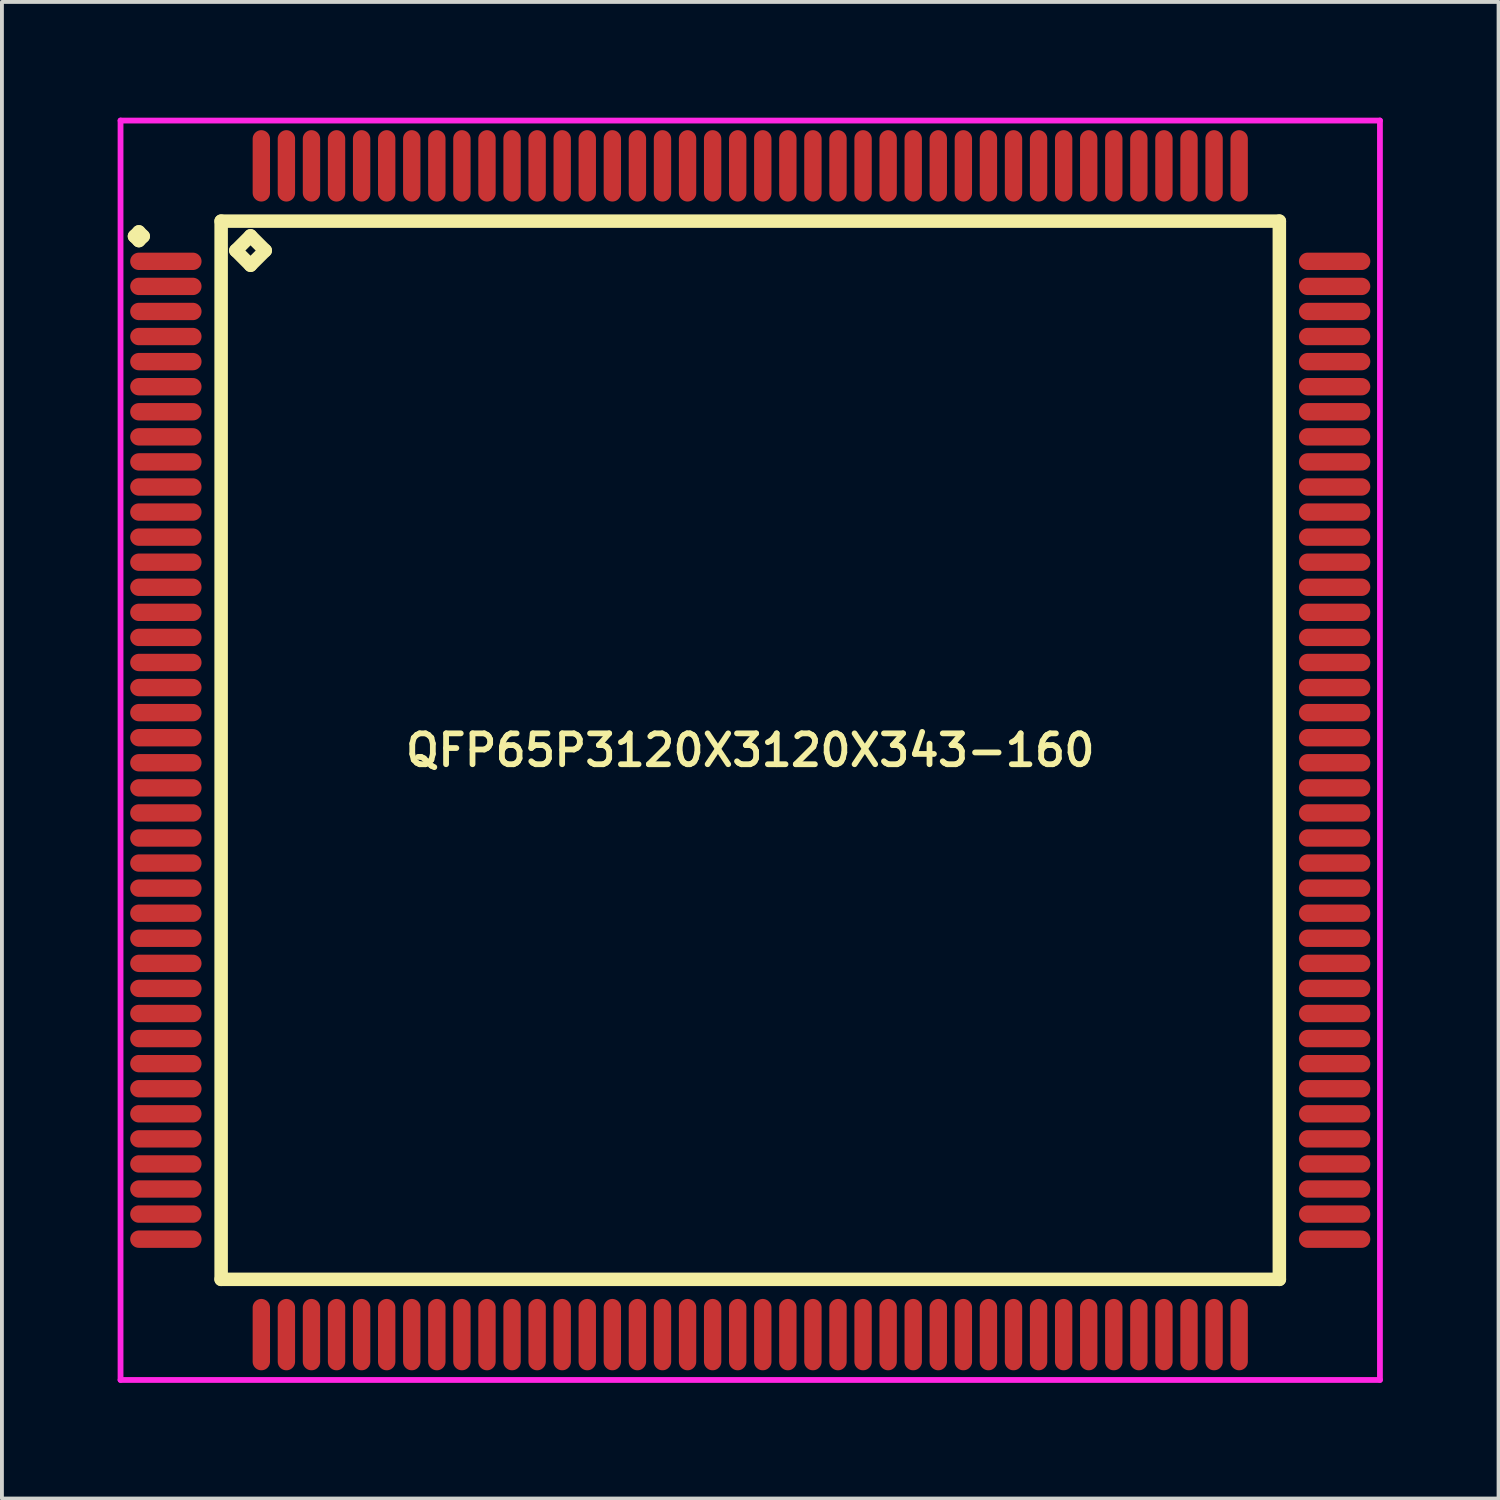
<source format=kicad_pcb>
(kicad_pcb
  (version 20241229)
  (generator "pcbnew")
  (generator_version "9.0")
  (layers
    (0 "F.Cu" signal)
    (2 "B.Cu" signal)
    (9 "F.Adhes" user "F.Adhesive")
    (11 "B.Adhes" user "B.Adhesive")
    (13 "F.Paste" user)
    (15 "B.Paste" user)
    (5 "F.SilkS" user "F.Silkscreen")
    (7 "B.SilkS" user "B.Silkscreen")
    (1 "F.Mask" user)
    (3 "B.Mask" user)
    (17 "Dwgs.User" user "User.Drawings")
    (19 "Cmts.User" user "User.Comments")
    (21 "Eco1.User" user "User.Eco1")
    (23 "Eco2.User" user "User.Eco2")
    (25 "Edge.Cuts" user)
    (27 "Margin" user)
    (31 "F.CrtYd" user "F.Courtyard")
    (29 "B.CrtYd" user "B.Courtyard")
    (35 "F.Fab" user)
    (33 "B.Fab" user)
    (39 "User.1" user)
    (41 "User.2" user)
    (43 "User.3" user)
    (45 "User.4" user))
  (footprint "QFP65P3120X3120X343-160"
    (layer "F.Cu")
    (at 16.4 16.4)
    (property "Reference" "QFP65P3120X3120X343-160" (at 0 0 0) (layer "F.SilkS") (effects (font (size 0.8 0.8) (thickness 0.15))))
    (attr smd)
    (fp_line (start -15.963 -13.325) (end -15.85 -13.438) (stroke (width 0.35) (type solid)) (layer "F.SilkS"))
    (fp_line (start -15.85 -13.438) (end -15.738 -13.325) (stroke (width 0.35) (type solid)) (layer "F.SilkS"))
    (fp_line (start -15.85 -13.213) (end -15.963 -13.325) (stroke (width 0.35) (type solid)) (layer "F.SilkS"))
    (fp_line (start -15.738 -13.325) (end -15.85 -13.213) (stroke (width 0.35) (type solid)) (layer "F.SilkS"))
    (fp_line (start -13.717 -13.717) (end -13.717 13.717) (stroke (width 0.35) (type solid)) (layer "F.SilkS"))
    (fp_line (start -13.717 13.717) (end 13.717 13.717) (stroke (width 0.35) (type solid)) (layer "F.SilkS"))
    (fp_line (start -13.336 -12.955) (end -12.955 -13.336) (stroke (width 0.35) (type solid)) (layer "F.SilkS"))
    (fp_line (start -12.955 -13.336) (end -12.574 -12.955) (stroke (width 0.35) (type solid)) (layer "F.SilkS"))
    (fp_line (start -12.955 -12.574) (end -13.336 -12.955) (stroke (width 0.35) (type solid)) (layer "F.SilkS"))
    (fp_line (start -12.574 -12.955) (end -12.955 -12.574) (stroke (width 0.35) (type solid)) (layer "F.SilkS"))
    (fp_line (start 13.717 -13.717) (end -13.717 -13.717) (stroke (width 0.35) (type solid)) (layer "F.SilkS"))
    (fp_line (start 13.717 13.717) (end 13.717 -13.717) (stroke (width 0.35) (type solid)) (layer "F.SilkS"))
    (fp_line (start -16.325 -16.325) (end 16.325 -16.325) (stroke (width 0.15) (type solid)) (layer "F.CrtYd"))
    (fp_line (start -16.325 16.325) (end -16.325 -16.325) (stroke (width 0.15) (type solid)) (layer "F.CrtYd"))
    (fp_line (start 16.325 -16.325) (end 16.325 16.325) (stroke (width 0.15) (type solid)) (layer "F.CrtYd"))
    (fp_line (start 16.325 16.325) (end -16.325 16.325) (stroke (width 0.15) (type solid)) (layer "F.CrtYd"))
    (pad "1" smd oval (at -15.15 -12.675) (size 1.85 0.45) (layers "F.Cu" "F.Mask" "F.Paste"))
    (pad "2" smd oval (at -15.15 -12.025) (size 1.85 0.45) (layers "F.Cu" "F.Mask" "F.Paste"))
    (pad "3" smd oval (at -15.15 -11.375) (size 1.85 0.45) (layers "F.Cu" "F.Mask" "F.Paste"))
    (pad "4" smd oval (at -15.15 -10.725) (size 1.85 0.45) (layers "F.Cu" "F.Mask" "F.Paste"))
    (pad "5" smd oval (at -15.15 -10.075) (size 1.85 0.45) (layers "F.Cu" "F.Mask" "F.Paste"))
    (pad "6" smd oval (at -15.15 -9.425) (size 1.85 0.45) (layers "F.Cu" "F.Mask" "F.Paste"))
    (pad "7" smd oval (at -15.15 -8.775) (size 1.85 0.45) (layers "F.Cu" "F.Mask" "F.Paste"))
    (pad "8" smd oval (at -15.15 -8.125) (size 1.85 0.45) (layers "F.Cu" "F.Mask" "F.Paste"))
    (pad "9" smd oval (at -15.15 -7.475) (size 1.85 0.45) (layers "F.Cu" "F.Mask" "F.Paste"))
    (pad "10" smd oval (at -15.15 -6.825) (size 1.85 0.45) (layers "F.Cu" "F.Mask" "F.Paste"))
    (pad "11" smd oval (at -15.15 -6.175) (size 1.85 0.45) (layers "F.Cu" "F.Mask" "F.Paste"))
    (pad "12" smd oval (at -15.15 -5.525) (size 1.85 0.45) (layers "F.Cu" "F.Mask" "F.Paste"))
    (pad "13" smd oval (at -15.15 -4.875) (size 1.85 0.45) (layers "F.Cu" "F.Mask" "F.Paste"))
    (pad "14" smd oval (at -15.15 -4.225) (size 1.85 0.45) (layers "F.Cu" "F.Mask" "F.Paste"))
    (pad "15" smd oval (at -15.15 -3.575) (size 1.85 0.45) (layers "F.Cu" "F.Mask" "F.Paste"))
    (pad "16" smd oval (at -15.15 -2.925) (size 1.85 0.45) (layers "F.Cu" "F.Mask" "F.Paste"))
    (pad "17" smd oval (at -15.15 -2.275) (size 1.85 0.45) (layers "F.Cu" "F.Mask" "F.Paste"))
    (pad "18" smd oval (at -15.15 -1.625) (size 1.85 0.45) (layers "F.Cu" "F.Mask" "F.Paste"))
    (pad "19" smd oval (at -15.15 -0.975) (size 1.85 0.45) (layers "F.Cu" "F.Mask" "F.Paste"))
    (pad "20" smd oval (at -15.15 -0.325) (size 1.85 0.45) (layers "F.Cu" "F.Mask" "F.Paste"))
    (pad "21" smd oval (at -15.15 0.325) (size 1.85 0.45) (layers "F.Cu" "F.Mask" "F.Paste"))
    (pad "22" smd oval (at -15.15 0.975) (size 1.85 0.45) (layers "F.Cu" "F.Mask" "F.Paste"))
    (pad "23" smd oval (at -15.15 1.625) (size 1.85 0.45) (layers "F.Cu" "F.Mask" "F.Paste"))
    (pad "24" smd oval (at -15.15 2.275) (size 1.85 0.45) (layers "F.Cu" "F.Mask" "F.Paste"))
    (pad "25" smd oval (at -15.15 2.925) (size 1.85 0.45) (layers "F.Cu" "F.Mask" "F.Paste"))
    (pad "26" smd oval (at -15.15 3.575) (size 1.85 0.45) (layers "F.Cu" "F.Mask" "F.Paste"))
    (pad "27" smd oval (at -15.15 4.225) (size 1.85 0.45) (layers "F.Cu" "F.Mask" "F.Paste"))
    (pad "28" smd oval (at -15.15 4.875) (size 1.85 0.45) (layers "F.Cu" "F.Mask" "F.Paste"))
    (pad "29" smd oval (at -15.15 5.525) (size 1.85 0.45) (layers "F.Cu" "F.Mask" "F.Paste"))
    (pad "30" smd oval (at -15.15 6.175) (size 1.85 0.45) (layers "F.Cu" "F.Mask" "F.Paste"))
    (pad "31" smd oval (at -15.15 6.825) (size 1.85 0.45) (layers "F.Cu" "F.Mask" "F.Paste"))
    (pad "32" smd oval (at -15.15 7.475) (size 1.85 0.45) (layers "F.Cu" "F.Mask" "F.Paste"))
    (pad "33" smd oval (at -15.15 8.125) (size 1.85 0.45) (layers "F.Cu" "F.Mask" "F.Paste"))
    (pad "34" smd oval (at -15.15 8.775) (size 1.85 0.45) (layers "F.Cu" "F.Mask" "F.Paste"))
    (pad "35" smd oval (at -15.15 9.425) (size 1.85 0.45) (layers "F.Cu" "F.Mask" "F.Paste"))
    (pad "36" smd oval (at -15.15 10.075) (size 1.85 0.45) (layers "F.Cu" "F.Mask" "F.Paste"))
    (pad "37" smd oval (at -15.15 10.725) (size 1.85 0.45) (layers "F.Cu" "F.Mask" "F.Paste"))
    (pad "38" smd oval (at -15.15 11.375) (size 1.85 0.45) (layers "F.Cu" "F.Mask" "F.Paste"))
    (pad "39" smd oval (at -15.15 12.025) (size 1.85 0.45) (layers "F.Cu" "F.Mask" "F.Paste"))
    (pad "40" smd oval (at -15.15 12.675) (size 1.85 0.45) (layers "F.Cu" "F.Mask" "F.Paste"))
    (pad "41" smd oval (at -12.675 15.15) (size 0.45 1.85) (layers "F.Cu" "F.Mask" "F.Paste"))
    (pad "42" smd oval (at -12.025 15.15) (size 0.45 1.85) (layers "F.Cu" "F.Mask" "F.Paste"))
    (pad "43" smd oval (at -11.375 15.15) (size 0.45 1.85) (layers "F.Cu" "F.Mask" "F.Paste"))
    (pad "44" smd oval (at -10.725 15.15) (size 0.45 1.85) (layers "F.Cu" "F.Mask" "F.Paste"))
    (pad "45" smd oval (at -10.075 15.15) (size 0.45 1.85) (layers "F.Cu" "F.Mask" "F.Paste"))
    (pad "46" smd oval (at -9.425 15.15) (size 0.45 1.85) (layers "F.Cu" "F.Mask" "F.Paste"))
    (pad "47" smd oval (at -8.775 15.15) (size 0.45 1.85) (layers "F.Cu" "F.Mask" "F.Paste"))
    (pad "48" smd oval (at -8.125 15.15) (size 0.45 1.85) (layers "F.Cu" "F.Mask" "F.Paste"))
    (pad "49" smd oval (at -7.475 15.15) (size 0.45 1.85) (layers "F.Cu" "F.Mask" "F.Paste"))
    (pad "50" smd oval (at -6.825 15.15) (size 0.45 1.85) (layers "F.Cu" "F.Mask" "F.Paste"))
    (pad "51" smd oval (at -6.175 15.15) (size 0.45 1.85) (layers "F.Cu" "F.Mask" "F.Paste"))
    (pad "52" smd oval (at -5.525 15.15) (size 0.45 1.85) (layers "F.Cu" "F.Mask" "F.Paste"))
    (pad "53" smd oval (at -4.875 15.15) (size 0.45 1.85) (layers "F.Cu" "F.Mask" "F.Paste"))
    (pad "54" smd oval (at -4.225 15.15) (size 0.45 1.85) (layers "F.Cu" "F.Mask" "F.Paste"))
    (pad "55" smd oval (at -3.575 15.15) (size 0.45 1.85) (layers "F.Cu" "F.Mask" "F.Paste"))
    (pad "56" smd oval (at -2.925 15.15) (size 0.45 1.85) (layers "F.Cu" "F.Mask" "F.Paste"))
    (pad "57" smd oval (at -2.275 15.15) (size 0.45 1.85) (layers "F.Cu" "F.Mask" "F.Paste"))
    (pad "58" smd oval (at -1.625 15.15) (size 0.45 1.85) (layers "F.Cu" "F.Mask" "F.Paste"))
    (pad "59" smd oval (at -0.975 15.15) (size 0.45 1.85) (layers "F.Cu" "F.Mask" "F.Paste"))
    (pad "60" smd oval (at -0.325 15.15) (size 0.45 1.85) (layers "F.Cu" "F.Mask" "F.Paste"))
    (pad "61" smd oval (at 0.325 15.15) (size 0.45 1.85) (layers "F.Cu" "F.Mask" "F.Paste"))
    (pad "62" smd oval (at 0.975 15.15) (size 0.45 1.85) (layers "F.Cu" "F.Mask" "F.Paste"))
    (pad "63" smd oval (at 1.625 15.15) (size 0.45 1.85) (layers "F.Cu" "F.Mask" "F.Paste"))
    (pad "64" smd oval (at 2.275 15.15) (size 0.45 1.85) (layers "F.Cu" "F.Mask" "F.Paste"))
    (pad "65" smd oval (at 2.925 15.15) (size 0.45 1.85) (layers "F.Cu" "F.Mask" "F.Paste"))
    (pad "66" smd oval (at 3.575 15.15) (size 0.45 1.85) (layers "F.Cu" "F.Mask" "F.Paste"))
    (pad "67" smd oval (at 4.225 15.15) (size 0.45 1.85) (layers "F.Cu" "F.Mask" "F.Paste"))
    (pad "68" smd oval (at 4.875 15.15) (size 0.45 1.85) (layers "F.Cu" "F.Mask" "F.Paste"))
    (pad "69" smd oval (at 5.525 15.15) (size 0.45 1.85) (layers "F.Cu" "F.Mask" "F.Paste"))
    (pad "70" smd oval (at 6.175 15.15) (size 0.45 1.85) (layers "F.Cu" "F.Mask" "F.Paste"))
    (pad "71" smd oval (at 6.825 15.15) (size 0.45 1.85) (layers "F.Cu" "F.Mask" "F.Paste"))
    (pad "72" smd oval (at 7.475 15.15) (size 0.45 1.85) (layers "F.Cu" "F.Mask" "F.Paste"))
    (pad "73" smd oval (at 8.125 15.15) (size 0.45 1.85) (layers "F.Cu" "F.Mask" "F.Paste"))
    (pad "74" smd oval (at 8.775 15.15) (size 0.45 1.85) (layers "F.Cu" "F.Mask" "F.Paste"))
    (pad "75" smd oval (at 9.425 15.15) (size 0.45 1.85) (layers "F.Cu" "F.Mask" "F.Paste"))
    (pad "76" smd oval (at 10.075 15.15) (size 0.45 1.85) (layers "F.Cu" "F.Mask" "F.Paste"))
    (pad "77" smd oval (at 10.725 15.15) (size 0.45 1.85) (layers "F.Cu" "F.Mask" "F.Paste"))
    (pad "78" smd oval (at 11.375 15.15) (size 0.45 1.85) (layers "F.Cu" "F.Mask" "F.Paste"))
    (pad "79" smd oval (at 12.025 15.15) (size 0.45 1.85) (layers "F.Cu" "F.Mask" "F.Paste"))
    (pad "80" smd oval (at 12.675 15.15) (size 0.45 1.85) (layers "F.Cu" "F.Mask" "F.Paste"))
    (pad "81" smd oval (at 15.15 12.675) (size 1.85 0.45) (layers "F.Cu" "F.Mask" "F.Paste"))
    (pad "82" smd oval (at 15.15 12.025) (size 1.85 0.45) (layers "F.Cu" "F.Mask" "F.Paste"))
    (pad "83" smd oval (at 15.15 11.375) (size 1.85 0.45) (layers "F.Cu" "F.Mask" "F.Paste"))
    (pad "84" smd oval (at 15.15 10.725) (size 1.85 0.45) (layers "F.Cu" "F.Mask" "F.Paste"))
    (pad "85" smd oval (at 15.15 10.075) (size 1.85 0.45) (layers "F.Cu" "F.Mask" "F.Paste"))
    (pad "86" smd oval (at 15.15 9.425) (size 1.85 0.45) (layers "F.Cu" "F.Mask" "F.Paste"))
    (pad "87" smd oval (at 15.15 8.775) (size 1.85 0.45) (layers "F.Cu" "F.Mask" "F.Paste"))
    (pad "88" smd oval (at 15.15 8.125) (size 1.85 0.45) (layers "F.Cu" "F.Mask" "F.Paste"))
    (pad "89" smd oval (at 15.15 7.475) (size 1.85 0.45) (layers "F.Cu" "F.Mask" "F.Paste"))
    (pad "90" smd oval (at 15.15 6.825) (size 1.85 0.45) (layers "F.Cu" "F.Mask" "F.Paste"))
    (pad "91" smd oval (at 15.15 6.175) (size 1.85 0.45) (layers "F.Cu" "F.Mask" "F.Paste"))
    (pad "92" smd oval (at 15.15 5.525) (size 1.85 0.45) (layers "F.Cu" "F.Mask" "F.Paste"))
    (pad "93" smd oval (at 15.15 4.875) (size 1.85 0.45) (layers "F.Cu" "F.Mask" "F.Paste"))
    (pad "94" smd oval (at 15.15 4.225) (size 1.85 0.45) (layers "F.Cu" "F.Mask" "F.Paste"))
    (pad "95" smd oval (at 15.15 3.575) (size 1.85 0.45) (layers "F.Cu" "F.Mask" "F.Paste"))
    (pad "96" smd oval (at 15.15 2.925) (size 1.85 0.45) (layers "F.Cu" "F.Mask" "F.Paste"))
    (pad "97" smd oval (at 15.15 2.275) (size 1.85 0.45) (layers "F.Cu" "F.Mask" "F.Paste"))
    (pad "98" smd oval (at 15.15 1.625) (size 1.85 0.45) (layers "F.Cu" "F.Mask" "F.Paste"))
    (pad "99" smd oval (at 15.15 0.975) (size 1.85 0.45) (layers "F.Cu" "F.Mask" "F.Paste"))
    (pad "100" smd oval (at 15.15 0.325) (size 1.85 0.45) (layers "F.Cu" "F.Mask" "F.Paste"))
    (pad "101" smd oval (at 15.15 -0.325) (size 1.85 0.45) (layers "F.Cu" "F.Mask" "F.Paste"))
    (pad "102" smd oval (at 15.15 -0.975) (size 1.85 0.45) (layers "F.Cu" "F.Mask" "F.Paste"))
    (pad "103" smd oval (at 15.15 -1.625) (size 1.85 0.45) (layers "F.Cu" "F.Mask" "F.Paste"))
    (pad "104" smd oval (at 15.15 -2.275) (size 1.85 0.45) (layers "F.Cu" "F.Mask" "F.Paste"))
    (pad "105" smd oval (at 15.15 -2.925) (size 1.85 0.45) (layers "F.Cu" "F.Mask" "F.Paste"))
    (pad "106" smd oval (at 15.15 -3.575) (size 1.85 0.45) (layers "F.Cu" "F.Mask" "F.Paste"))
    (pad "107" smd oval (at 15.15 -4.225) (size 1.85 0.45) (layers "F.Cu" "F.Mask" "F.Paste"))
    (pad "108" smd oval (at 15.15 -4.875) (size 1.85 0.45) (layers "F.Cu" "F.Mask" "F.Paste"))
    (pad "109" smd oval (at 15.15 -5.525) (size 1.85 0.45) (layers "F.Cu" "F.Mask" "F.Paste"))
    (pad "110" smd oval (at 15.15 -6.175) (size 1.85 0.45) (layers "F.Cu" "F.Mask" "F.Paste"))
    (pad "111" smd oval (at 15.15 -6.825) (size 1.85 0.45) (layers "F.Cu" "F.Mask" "F.Paste"))
    (pad "112" smd oval (at 15.15 -7.475) (size 1.85 0.45) (layers "F.Cu" "F.Mask" "F.Paste"))
    (pad "113" smd oval (at 15.15 -8.125) (size 1.85 0.45) (layers "F.Cu" "F.Mask" "F.Paste"))
    (pad "114" smd oval (at 15.15 -8.775) (size 1.85 0.45) (layers "F.Cu" "F.Mask" "F.Paste"))
    (pad "115" smd oval (at 15.15 -9.425) (size 1.85 0.45) (layers "F.Cu" "F.Mask" "F.Paste"))
    (pad "116" smd oval (at 15.15 -10.075) (size 1.85 0.45) (layers "F.Cu" "F.Mask" "F.Paste"))
    (pad "117" smd oval (at 15.15 -10.725) (size 1.85 0.45) (layers "F.Cu" "F.Mask" "F.Paste"))
    (pad "118" smd oval (at 15.15 -11.375) (size 1.85 0.45) (layers "F.Cu" "F.Mask" "F.Paste"))
    (pad "119" smd oval (at 15.15 -12.025) (size 1.85 0.45) (layers "F.Cu" "F.Mask" "F.Paste"))
    (pad "120" smd oval (at 15.15 -12.675) (size 1.85 0.45) (layers "F.Cu" "F.Mask" "F.Paste"))
    (pad "121" smd oval (at 12.675 -15.15) (size 0.45 1.85) (layers "F.Cu" "F.Mask" "F.Paste"))
    (pad "122" smd oval (at 12.025 -15.15) (size 0.45 1.85) (layers "F.Cu" "F.Mask" "F.Paste"))
    (pad "123" smd oval (at 11.375 -15.15) (size 0.45 1.85) (layers "F.Cu" "F.Mask" "F.Paste"))
    (pad "124" smd oval (at 10.725 -15.15) (size 0.45 1.85) (layers "F.Cu" "F.Mask" "F.Paste"))
    (pad "125" smd oval (at 10.075 -15.15) (size 0.45 1.85) (layers "F.Cu" "F.Mask" "F.Paste"))
    (pad "126" smd oval (at 9.425 -15.15) (size 0.45 1.85) (layers "F.Cu" "F.Mask" "F.Paste"))
    (pad "127" smd oval (at 8.775 -15.15) (size 0.45 1.85) (layers "F.Cu" "F.Mask" "F.Paste"))
    (pad "128" smd oval (at 8.125 -15.15) (size 0.45 1.85) (layers "F.Cu" "F.Mask" "F.Paste"))
    (pad "129" smd oval (at 7.475 -15.15) (size 0.45 1.85) (layers "F.Cu" "F.Mask" "F.Paste"))
    (pad "130" smd oval (at 6.825 -15.15) (size 0.45 1.85) (layers "F.Cu" "F.Mask" "F.Paste"))
    (pad "131" smd oval (at 6.175 -15.15) (size 0.45 1.85) (layers "F.Cu" "F.Mask" "F.Paste"))
    (pad "132" smd oval (at 5.525 -15.15) (size 0.45 1.85) (layers "F.Cu" "F.Mask" "F.Paste"))
    (pad "133" smd oval (at 4.875 -15.15) (size 0.45 1.85) (layers "F.Cu" "F.Mask" "F.Paste"))
    (pad "134" smd oval (at 4.225 -15.15) (size 0.45 1.85) (layers "F.Cu" "F.Mask" "F.Paste"))
    (pad "135" smd oval (at 3.575 -15.15) (size 0.45 1.85) (layers "F.Cu" "F.Mask" "F.Paste"))
    (pad "136" smd oval (at 2.925 -15.15) (size 0.45 1.85) (layers "F.Cu" "F.Mask" "F.Paste"))
    (pad "137" smd oval (at 2.275 -15.15) (size 0.45 1.85) (layers "F.Cu" "F.Mask" "F.Paste"))
    (pad "138" smd oval (at 1.625 -15.15) (size 0.45 1.85) (layers "F.Cu" "F.Mask" "F.Paste"))
    (pad "139" smd oval (at 0.975 -15.15) (size 0.45 1.85) (layers "F.Cu" "F.Mask" "F.Paste"))
    (pad "140" smd oval (at 0.325 -15.15) (size 0.45 1.85) (layers "F.Cu" "F.Mask" "F.Paste"))
    (pad "141" smd oval (at -0.325 -15.15) (size 0.45 1.85) (layers "F.Cu" "F.Mask" "F.Paste"))
    (pad "142" smd oval (at -0.975 -15.15) (size 0.45 1.85) (layers "F.Cu" "F.Mask" "F.Paste"))
    (pad "143" smd oval (at -1.625 -15.15) (size 0.45 1.85) (layers "F.Cu" "F.Mask" "F.Paste"))
    (pad "144" smd oval (at -2.275 -15.15) (size 0.45 1.85) (layers "F.Cu" "F.Mask" "F.Paste"))
    (pad "145" smd oval (at -2.925 -15.15) (size 0.45 1.85) (layers "F.Cu" "F.Mask" "F.Paste"))
    (pad "146" smd oval (at -3.575 -15.15) (size 0.45 1.85) (layers "F.Cu" "F.Mask" "F.Paste"))
    (pad "147" smd oval (at -4.225 -15.15) (size 0.45 1.85) (layers "F.Cu" "F.Mask" "F.Paste"))
    (pad "148" smd oval (at -4.875 -15.15) (size 0.45 1.85) (layers "F.Cu" "F.Mask" "F.Paste"))
    (pad "149" smd oval (at -5.525 -15.15) (size 0.45 1.85) (layers "F.Cu" "F.Mask" "F.Paste"))
    (pad "150" smd oval (at -6.175 -15.15) (size 0.45 1.85) (layers "F.Cu" "F.Mask" "F.Paste"))
    (pad "151" smd oval (at -6.825 -15.15) (size 0.45 1.85) (layers "F.Cu" "F.Mask" "F.Paste"))
    (pad "152" smd oval (at -7.475 -15.15) (size 0.45 1.85) (layers "F.Cu" "F.Mask" "F.Paste"))
    (pad "153" smd oval (at -8.125 -15.15) (size 0.45 1.85) (layers "F.Cu" "F.Mask" "F.Paste"))
    (pad "154" smd oval (at -8.775 -15.15) (size 0.45 1.85) (layers "F.Cu" "F.Mask" "F.Paste"))
    (pad "155" smd oval (at -9.425 -15.15) (size 0.45 1.85) (layers "F.Cu" "F.Mask" "F.Paste"))
    (pad "156" smd oval (at -10.075 -15.15) (size 0.45 1.85) (layers "F.Cu" "F.Mask" "F.Paste"))
    (pad "157" smd oval (at -10.725 -15.15) (size 0.45 1.85) (layers "F.Cu" "F.Mask" "F.Paste"))
    (pad "158" smd oval (at -11.375 -15.15) (size 0.45 1.85) (layers "F.Cu" "F.Mask" "F.Paste"))
    (pad "159" smd oval (at -12.025 -15.15) (size 0.45 1.85) (layers "F.Cu" "F.Mask" "F.Paste"))
    (pad "160" smd oval (at -12.675 -15.15) (size 0.45 1.85) (layers "F.Cu" "F.Mask" "F.Paste")))
  (gr_rect
    (start -3 -3)
    (end 35.8 35.8)
    (stroke (width 0.1) (type default))
    (fill no)
    (layer "Edge.Cuts")))
</source>
